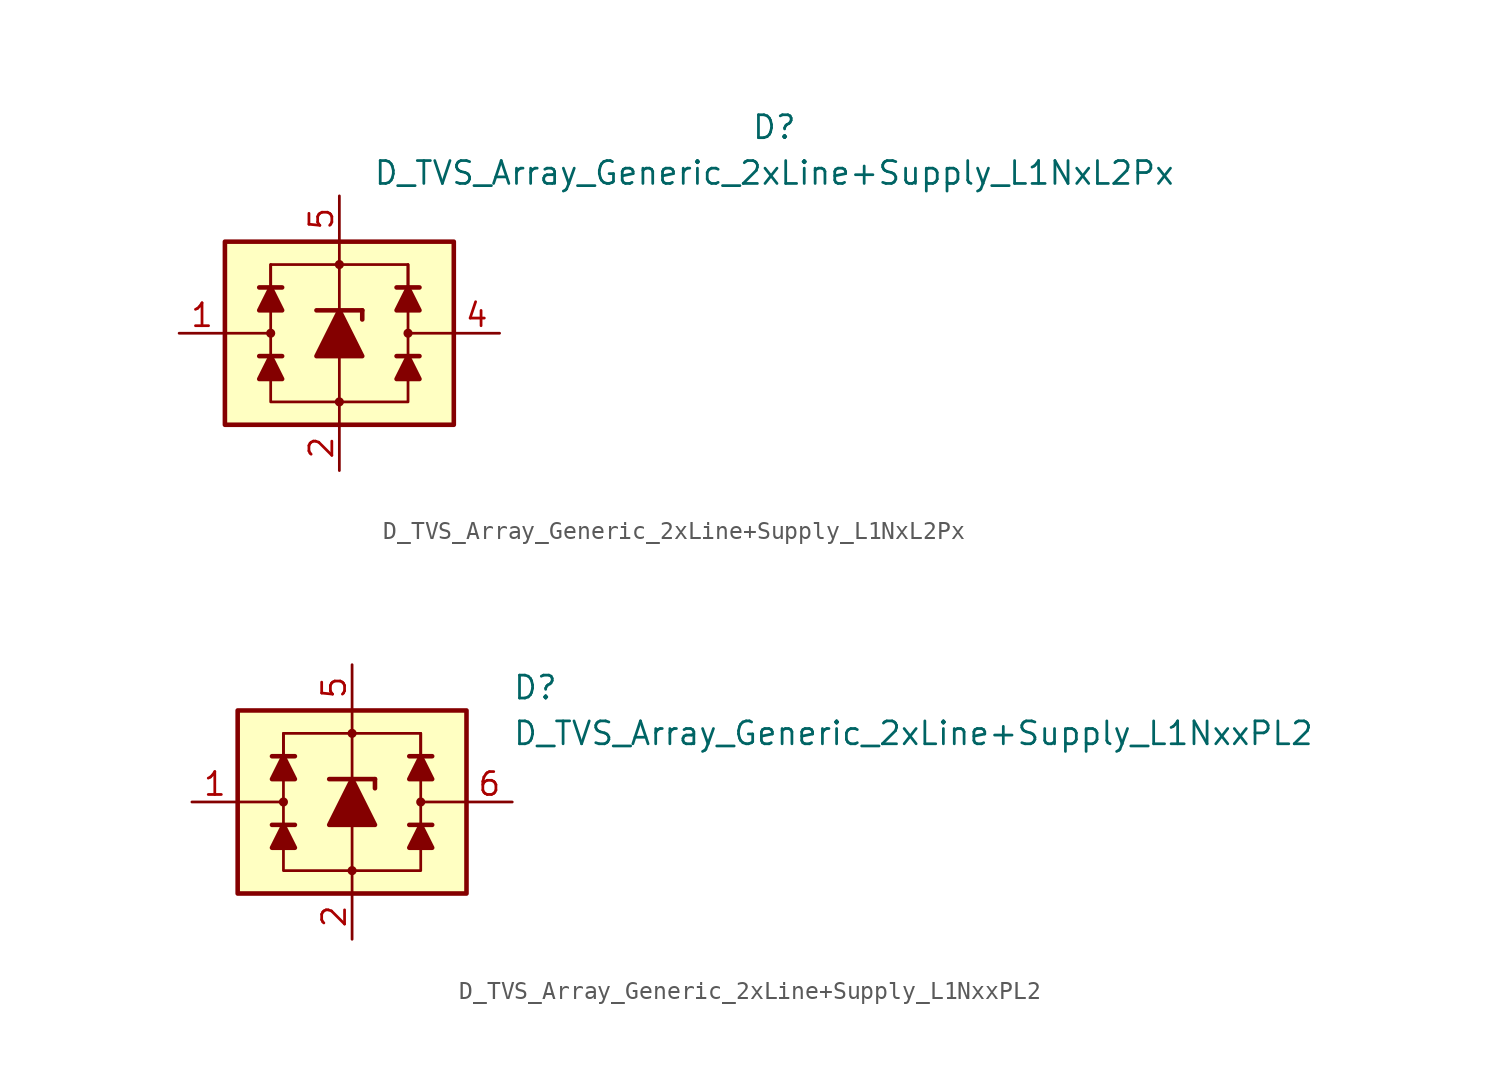
<source format=kicad_sym>
(kicad_symbol_lib
  (version 20211014)
  (generator kicad_symbol_editor)
  (symbol "D_TVS_Array_Generic_2xLine+Supply_L1NxL2Px"
    (pin_names
      (offset 1.016) hide)
    (property "Reference" "D"
      (at 24.13 11.43 0)
      (effects (font (size 1.27 1.27))))
    (property "Value" "D_TVS_Array_Generic_2xLine+Supply_L1NxL2Px"
      (at 24.13 8.89 0)
      (effects (font (size 1.27 1.27))))
    (symbol "D_TVS_Array_Generic_2xLine+Supply_L1NxL2Px_0_1"
      (rectangle (start -6.35 5.08) (end 6.35 -5.08) (stroke (width 0.254) (type default) (color 0 0 0 0)) (fill (type background)))
      (circle (center -3.81 0) (radius 0.178) (stroke (width 0) (type default) (color 0 0 0 0)) (fill (type outline)))
      (polyline (pts (xy -3.81 -1.27) (xy -3.81 1.27)) (stroke (width 0) (type default) (color 0 0 0 0)) (fill (type none)))
      (polyline (pts (xy -3.81 0) (xy -6.35 0)) (stroke (width 0) (type default) (color 0 0 0 0)) (fill (type none)))
      (polyline (pts (xy -3.175 -1.27) (xy -4.445 -1.27)) (stroke (width 0.254) (type default) (color 0 0 0 0)) (fill (type none)))
      (polyline (pts (xy -3.175 2.54) (xy -4.445 2.54)) (stroke (width 0.254) (type default) (color 0 0 0 0)) (fill (type none)))
      (polyline (pts (xy 0 -1.27) (xy 0 -5.08)) (stroke (width 0) (type default) (color 0 0 0 0)) (fill (type none)))
      (polyline (pts (xy 0 1.27) (xy 0 5.08)) (stroke (width 0) (type default) (color 0 0 0 0)) (fill (type none)))
      (polyline (pts (xy 3.81 -1.27) (xy 3.81 1.27)) (stroke (width 0) (type default) (color 0 0 0 0)) (fill (type none)))
      (polyline (pts (xy 3.81 0) (xy 6.35 0)) (stroke (width 0) (type default) (color 0 0 0 0)) (fill (type none)))
      (polyline (pts (xy 4.445 -1.27) (xy 3.175 -1.27)) (stroke (width 0.254) (type default) (color 0 0 0 0)) (fill (type none)))
      (polyline (pts (xy 4.445 2.54) (xy 3.175 2.54)) (stroke (width 0.254) (type default) (color 0 0 0 0)) (fill (type none)))
      (polyline (pts (xy -3.81 -2.54) (xy -3.81 -3.81) (xy 3.81 -3.81) (xy 3.81 -2.54)) (stroke (width 0) (type default) (color 0 0 0 0)) (fill (type none)))
      (polyline (pts (xy -3.81 -1.27) (xy -3.175 -2.54) (xy -4.445 -2.54) (xy -3.81 -1.27)) (stroke (width 0.254) (type default) (color 0 0 0 0)) (fill (type outline)))
      (polyline (pts (xy -3.81 2.54) (xy -3.81 3.81) (xy 3.81 3.81) (xy 3.81 2.54)) (stroke (width 0) (type default) (color 0 0 0 0)) (fill (type none)))
      (polyline (pts (xy -3.81 2.54) (xy -3.175 1.27) (xy -4.445 1.27) (xy -3.81 2.54)) (stroke (width 0.254) (type default) (color 0 0 0 0)) (fill (type outline)))
      (polyline (pts (xy 3.81 -1.27) (xy 4.445 -2.54) (xy 3.175 -2.54) (xy 3.81 -1.27)) (stroke (width 0.254) (type default) (color 0 0 0 0)) (fill (type outline)))
      (polyline (pts (xy 3.81 2.54) (xy 4.445 1.27) (xy 3.175 1.27) (xy 3.81 2.54)) (stroke (width 0.254) (type default) (color 0 0 0 0)) (fill (type outline)))
      (circle (center 0 3.81) (radius 0.178) (stroke (width 0) (type default) (color 0 0 0 0)) (fill (type outline)))
      (circle (center 3.81 0) (radius 0.178) (stroke (width 0) (type default) (color 0 0 0 0)) (fill (type outline))))
    (symbol "D_TVS_Array_Generic_2xLine+Supply_L1NxL2Px_1_1"
      (circle (center 0 -3.81) (radius 0.178) (stroke (width 0) (type default) (color 0 0 0 0)) (fill (type outline)))
      (polyline (pts (xy -3.81 1.27) (xy -3.81 3.81)) (stroke (width 0) (type default) (color 0 0 0 0)) (fill (type none)))
      (polyline (pts (xy -1.27 1.27) (xy 1.27 1.27)) (stroke (width 0.254) (type default) (color 0 0 0 0)) (fill (type none)))
      (polyline (pts (xy 0 -1.27) (xy 0 1.27)) (stroke (width 0) (type default) (color 0 0 0 0)) (fill (type none)))
      (polyline (pts (xy 1.27 1.27) (xy 1.27 0.762)) (stroke (width 0.254) (type default) (color 0 0 0 0)) (fill (type none)))
      (polyline (pts (xy 3.81 1.27) (xy 3.81 3.81)) (stroke (width 0) (type default) (color 0 0 0 0)) (fill (type none)))
      (polyline (pts (xy 1.27 -1.27) (xy -1.27 -1.27) (xy 0 1.27) (xy 1.27 -1.27)) (stroke (width 0.254) (type default) (color 0 0 0 0)) (fill (type outline)))
      (pin passive line (at -8.89 0 0) (length 2.54) (name "L1" (effects (font (size 1.27 1.27)))) (number "1" (effects (font (size 1.27 1.27)))))
      (pin passive line (at 0 -7.62 90) (length 2.54) (name "VN" (effects (font (size 1.27 1.27)))) (number "2" (effects (font (size 1.27 1.27)))))
      (pin no_connect line (at 1.27 1.27 0) (length 2.54) hide (name "NC" (effects (font (size 1.27 1.27)))) (number "3" (effects (font (size 1.27 1.27)))))
      (pin passive line (at 8.89 0 180) (length 2.54) (name "L2" (effects (font (size 1.27 1.27)))) (number "4" (effects (font (size 1.27 1.27)))))
      (pin passive line (at 0 7.62 270) (length 2.54) (name "VP" (effects (font (size 1.27 1.27)))) (number "5" (effects (font (size 1.27 1.27)))))
      (pin no_connect line (at 1.27 -1.27 0) (length 2.54) hide (name "NC" (effects (font (size 1.27 1.27)))) (number "6" (effects (font (size 1.27 1.27)))))))
  (symbol "D_TVS_Array_Generic_2xLine+Supply_L1NxxPL2"
    (pin_names
      (offset 1.016) hide)
    (property "Reference" "D"
      (at 8.89 6.35 0)
      (effects (font (size 1.27 1.27)) (justify left)))
    (property "Value" "D_TVS_Array_Generic_2xLine+Supply_L1NxxPL2"
      (at 8.89 3.81 0)
      (effects (font (size 1.27 1.27)) (justify left)))
    (symbol "D_TVS_Array_Generic_2xLine+Supply_L1NxxPL2_0_1"
      (rectangle (start -6.35 5.08) (end 6.35 -5.08) (stroke (width 0.254) (type default) (color 0 0 0 0)) (fill (type background)))
      (circle (center -3.81 0) (radius 0.178) (stroke (width 0) (type default) (color 0 0 0 0)) (fill (type outline)))
      (polyline (pts (xy -3.81 -1.27) (xy -3.81 1.27)) (stroke (width 0) (type default) (color 0 0 0 0)) (fill (type none)))
      (polyline (pts (xy -3.81 0) (xy -6.35 0)) (stroke (width 0) (type default) (color 0 0 0 0)) (fill (type none)))
      (polyline (pts (xy -3.175 -1.27) (xy -4.445 -1.27)) (stroke (width 0.254) (type default) (color 0 0 0 0)) (fill (type none)))
      (polyline (pts (xy -3.175 2.54) (xy -4.445 2.54)) (stroke (width 0.254) (type default) (color 0 0 0 0)) (fill (type none)))
      (polyline (pts (xy 0 -1.27) (xy 0 -5.08)) (stroke (width 0) (type default) (color 0 0 0 0)) (fill (type none)))
      (polyline (pts (xy 0 1.27) (xy 0 5.08)) (stroke (width 0) (type default) (color 0 0 0 0)) (fill (type none)))
      (polyline (pts (xy 3.81 -1.27) (xy 3.81 1.27)) (stroke (width 0) (type default) (color 0 0 0 0)) (fill (type none)))
      (polyline (pts (xy 3.81 0) (xy 6.35 0)) (stroke (width 0) (type default) (color 0 0 0 0)) (fill (type none)))
      (polyline (pts (xy 4.445 -1.27) (xy 3.175 -1.27)) (stroke (width 0.254) (type default) (color 0 0 0 0)) (fill (type none)))
      (polyline (pts (xy 4.445 2.54) (xy 3.175 2.54)) (stroke (width 0.254) (type default) (color 0 0 0 0)) (fill (type none)))
      (polyline (pts (xy -3.81 -2.54) (xy -3.81 -3.81) (xy 3.81 -3.81) (xy 3.81 -2.54)) (stroke (width 0) (type default) (color 0 0 0 0)) (fill (type none)))
      (polyline (pts (xy -3.81 -1.27) (xy -3.175 -2.54) (xy -4.445 -2.54) (xy -3.81 -1.27)) (stroke (width 0.254) (type default) (color 0 0 0 0)) (fill (type outline)))
      (polyline (pts (xy -3.81 2.54) (xy -3.81 3.81) (xy 3.81 3.81) (xy 3.81 2.54)) (stroke (width 0) (type default) (color 0 0 0 0)) (fill (type none)))
      (polyline (pts (xy -3.81 2.54) (xy -3.175 1.27) (xy -4.445 1.27) (xy -3.81 2.54)) (stroke (width 0.254) (type default) (color 0 0 0 0)) (fill (type outline)))
      (polyline (pts (xy 3.81 -1.27) (xy 4.445 -2.54) (xy 3.175 -2.54) (xy 3.81 -1.27)) (stroke (width 0.254) (type default) (color 0 0 0 0)) (fill (type outline)))
      (polyline (pts (xy 3.81 2.54) (xy 4.445 1.27) (xy 3.175 1.27) (xy 3.81 2.54)) (stroke (width 0.254) (type default) (color 0 0 0 0)) (fill (type outline)))
      (circle (center 0 3.81) (radius 0.178) (stroke (width 0) (type default) (color 0 0 0 0)) (fill (type outline)))
      (circle (center 3.81 0) (radius 0.178) (stroke (width 0) (type default) (color 0 0 0 0)) (fill (type outline))))
    (symbol "D_TVS_Array_Generic_2xLine+Supply_L1NxxPL2_1_1"
      (circle (center 0 -3.81) (radius 0.178) (stroke (width 0) (type default) (color 0 0 0 0)) (fill (type outline)))
      (polyline (pts (xy -3.81 1.27) (xy -3.81 3.81)) (stroke (width 0) (type default) (color 0 0 0 0)) (fill (type none)))
      (polyline (pts (xy -1.27 1.27) (xy 1.27 1.27)) (stroke (width 0.254) (type default) (color 0 0 0 0)) (fill (type none)))
      (polyline (pts (xy 1.27 1.27) (xy 1.27 0.762)) (stroke (width 0.254) (type default) (color 0 0 0 0)) (fill (type none)))
      (polyline (pts (xy 3.81 1.27) (xy 3.81 3.81)) (stroke (width 0) (type default) (color 0 0 0 0)) (fill (type none)))
      (polyline (pts (xy 1.27 -1.27) (xy -1.27 -1.27) (xy 0 1.27) (xy 1.27 -1.27)) (stroke (width 0.254) (type default) (color 0 0 0 0)) (fill (type outline)))
      (pin passive line (at -8.89 0 0) (length 2.54) (name "L1" (effects (font (size 1.27 1.27)))) (number "1" (effects (font (size 1.27 1.27)))))
      (pin passive line (at 0 -7.62 90) (length 2.54) (name "VN" (effects (font (size 1.27 1.27)))) (number "2" (effects (font (size 1.27 1.27)))))
      (pin no_connect line (at 2.54 1.27 0) (length 2.54) hide (name "NC" (effects (font (size 1.27 1.27)))) (number "3" (effects (font (size 1.27 1.27)))))
      (pin no_connect line (at 2.54 -1.27 0) (length 2.54) hide (name "NC" (effects (font (size 1.27 1.27)))) (number "4" (effects (font (size 1.27 1.27)))))
      (pin passive line (at 0 7.62 270) (length 2.54) (name "VP" (effects (font (size 1.27 1.27)))) (number "5" (effects (font (size 1.27 1.27)))))
      (pin passive line (at 8.89 0 180) (length 2.54) (name "L2" (effects (font (size 1.27 1.27)))) (number "6" (effects (font (size 1.27 1.27))))))))
</source>
